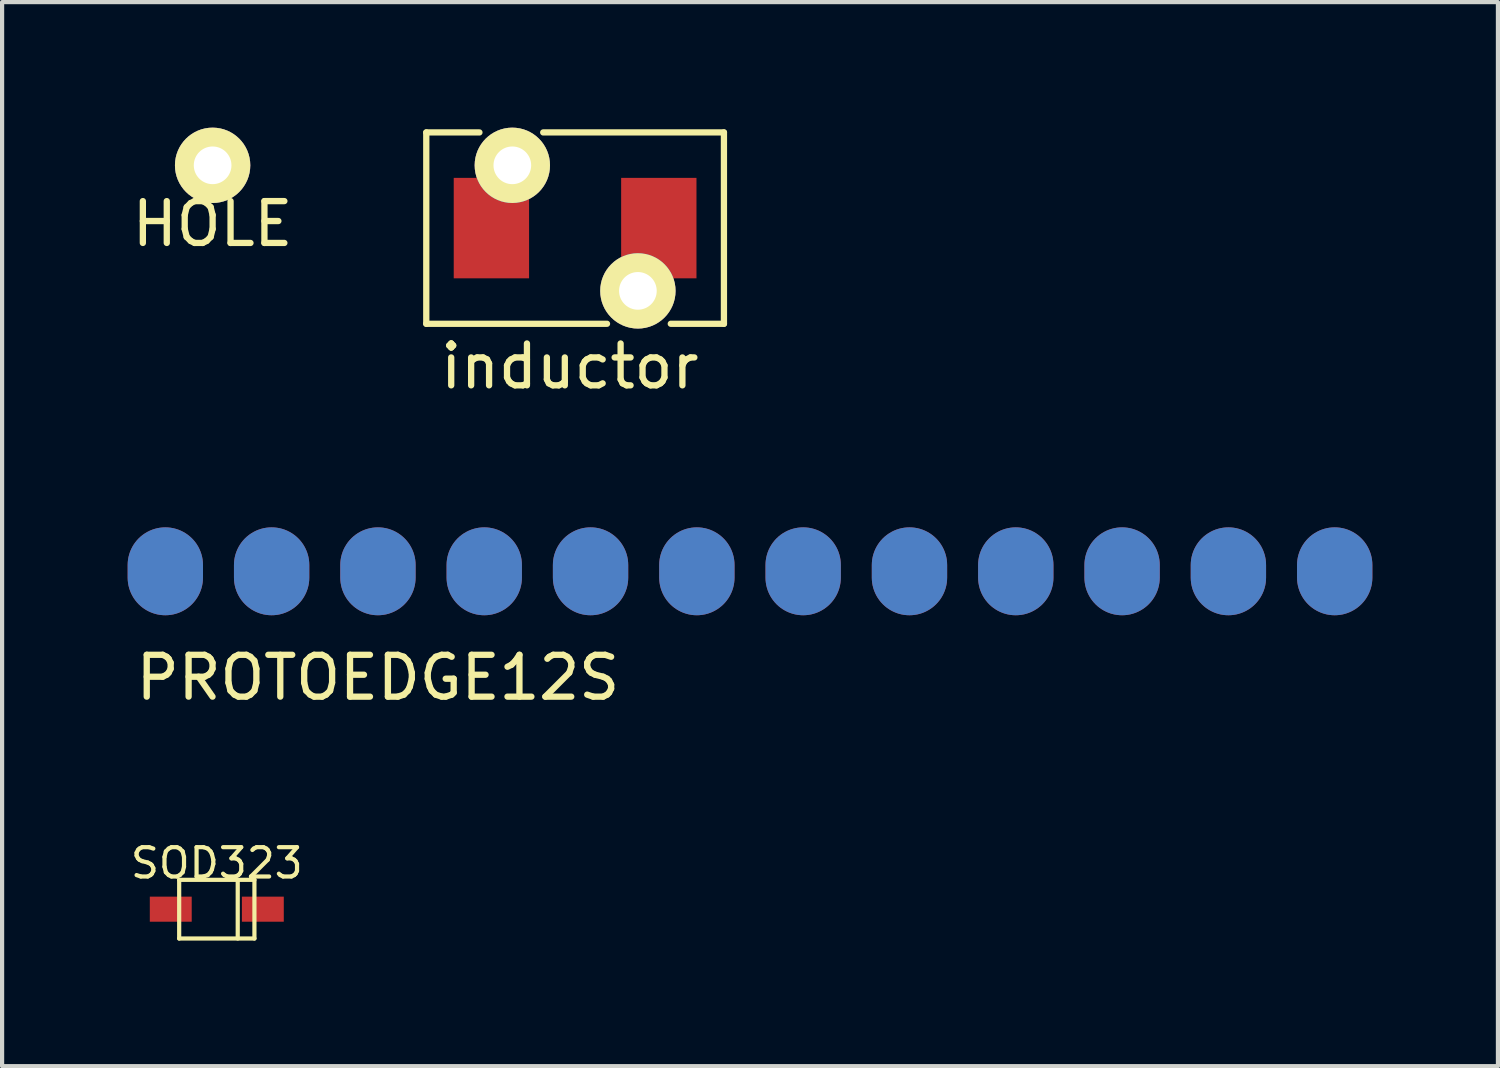
<source format=kicad_pcb>
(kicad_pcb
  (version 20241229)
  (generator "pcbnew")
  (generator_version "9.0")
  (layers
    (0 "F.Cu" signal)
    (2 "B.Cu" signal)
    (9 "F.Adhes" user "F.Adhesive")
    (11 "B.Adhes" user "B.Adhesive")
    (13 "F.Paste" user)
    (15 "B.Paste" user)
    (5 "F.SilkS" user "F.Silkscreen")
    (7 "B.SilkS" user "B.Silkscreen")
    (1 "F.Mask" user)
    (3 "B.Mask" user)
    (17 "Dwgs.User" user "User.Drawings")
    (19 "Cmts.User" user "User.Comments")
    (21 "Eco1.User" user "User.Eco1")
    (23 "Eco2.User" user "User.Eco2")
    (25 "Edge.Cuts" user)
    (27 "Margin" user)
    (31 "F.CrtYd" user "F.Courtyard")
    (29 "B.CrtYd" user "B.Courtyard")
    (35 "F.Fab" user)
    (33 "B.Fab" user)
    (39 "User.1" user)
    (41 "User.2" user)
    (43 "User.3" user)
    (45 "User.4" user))
  (footprint "SOD323"
    (layer "F.Cu")
    (at 2.13 18.673)
    (property "Reference" "SOD323" (at 0 -1.1 0) (layer "F.SilkS") (effects (font (size 0.7 0.7) (thickness 0.1))))
    (attr through_hole)
    (fp_line (start -0.899 -0.701) (end -0.899 0.701) (stroke (width 0.1) (type solid)) (layer "F.SilkS"))
    (fp_line (start -0.899 0.701) (end 0.899 0.701) (stroke (width 0.1) (type solid)) (layer "F.SilkS"))
    (fp_line (start 0.5 -0.701) (end 0.5 0.701) (stroke (width 0.1) (type solid)) (layer "F.SilkS"))
    (fp_line (start 0.899 -0.701) (end -0.899 -0.701) (stroke (width 0.1) (type solid)) (layer "F.SilkS"))
    (fp_line (start 0.899 0.701) (end 0.899 -0.701) (stroke (width 0.1) (type solid)) (layer "F.SilkS"))
    (pad "1" smd rect (at -1.1 0) (size 1.001 0.599) (layers "F.Cu" "F.Mask" "F.Paste"))
    (pad "2" smd rect (at 1.1 0) (size 1.001 0.599) (layers "F.Cu" "F.Mask" "F.Paste")))
  (footprint "HOLE"
    (layer "F.Cu")
    (at 2.03 0.9)
    (property "Reference" "HOLE" (at 0 1.4 0) (layer "F.SilkS") (effects (font (size 1 1) (thickness 0.15))))
    (attr through_hole)
    (pad "1" thru_hole circle (at 0 0) (size 1.8 1.8) (drill 0.9) (layers "*.Cu" "*.Mask" "F.SilkS")))
  (footprint "PROTOEDGE12S"
    (layer "F.Cu")
    (at 0.9 10.6)
    (property "Reference" "PROTOEDGE12S" (at 5.08 2.54 0) (layer "F.SilkS") (effects (font (size 1 1) (thickness 0.15))))
    (attr through_hole)
    (pad "1" smd oval (at 0 0) (size 1.8 2.1) (layers "F.Cu" "F.Mask" "F.Paste"))
    (pad "2" smd oval (at 2.54 0) (size 1.8 2.1) (layers "F.Cu" "F.Mask" "F.Paste"))
    (pad "3" smd oval (at 5.08 0) (size 1.8 2.1) (layers "F.Cu" "F.Mask" "F.Paste"))
    (pad "4" smd oval (at 7.62 0) (size 1.8 2.1) (layers "F.Cu" "F.Mask" "F.Paste"))
    (pad "5" smd oval (at 10.16 0) (size 1.8 2.1) (layers "F.Cu" "F.Mask" "F.Paste"))
    (pad "6" smd oval (at 12.7 0) (size 1.8 2.1) (layers "F.Cu" "F.Mask" "F.Paste"))
    (pad "7" smd oval (at 15.24 0) (size 1.8 2.1) (layers "F.Cu" "F.Mask" "F.Paste"))
    (pad "8" smd oval (at 17.78 0) (size 1.8 2.1) (layers "F.Cu" "F.Mask" "F.Paste"))
    (pad "9" smd oval (at 20.32 0) (size 1.8 2.1) (layers "F.Cu" "F.Mask" "F.Paste"))
    (pad "10" smd oval (at 22.86 0) (size 1.8 2.1) (layers "F.Cu" "F.Mask" "F.Paste"))
    (pad "11" smd oval (at 25.4 0) (size 1.8 2.1) (layers "F.Cu" "F.Mask" "F.Paste"))
    (pad "12" smd oval (at 27.94 0) (size 1.8 2.1) (layers "F.Cu" "F.Mask" "F.Paste"))
    (pad "13" smd oval (at 0 0) (size 1.8 2.1) (layers "B.Cu" "B.Mask" "B.Paste"))
    (pad "14" smd oval (at 2.54 0) (size 1.8 2.1) (layers "B.Cu" "B.Mask" "B.Paste"))
    (pad "15" smd oval (at 5.08 0) (size 1.8 2.1) (layers "B.Cu" "B.Mask" "B.Paste"))
    (pad "16" smd oval (at 7.62 0) (size 1.8 2.1) (layers "B.Cu" "B.Mask" "B.Paste"))
    (pad "17" smd oval (at 10.16 0) (size 1.8 2.1) (layers "B.Cu" "B.Mask" "B.Paste"))
    (pad "18" smd oval (at 12.7 0) (size 1.8 2.1) (layers "B.Cu" "B.Mask" "B.Paste"))
    (pad "19" smd oval (at 15.24 0) (size 1.8 2.1) (layers "B.Cu" "B.Mask" "B.Paste"))
    (pad "20" smd oval (at 17.78 0) (size 1.8 2.1) (layers "B.Cu" "B.Mask" "B.Paste"))
    (pad "21" smd oval (at 20.32 0) (size 1.8 2.1) (layers "B.Cu" "B.Mask" "B.Paste"))
    (pad "22" smd oval (at 22.86 0) (size 1.8 2.1) (layers "B.Cu" "B.Mask" "B.Paste"))
    (pad "23" smd oval (at 25.4 0) (size 1.8 2.1) (layers "B.Cu" "B.Mask" "B.Paste"))
    (pad "24" smd oval (at 27.94 0) (size 1.8 2.1) (layers "B.Cu" "B.Mask" "B.Paste")))
  (footprint "inductor"
    (layer "F.Cu")
    (at 10.691 2.4)
    (property "Reference" "inductor" (at -0.127 3.302 0) (layer "F.SilkS") (effects (font (size 1 1) (thickness 0.15))))
    (attr through_hole)
    (fp_line (start -3.556 -2.286) (end -3.556 2.286) (stroke (width 0.15) (type solid)) (layer "F.SilkS"))
    (fp_line (start -3.556 2.286) (end 0.762 2.286) (stroke (width 0.15) (type solid)) (layer "F.SilkS"))
    (fp_line (start -2.286 -2.286) (end -3.556 -2.286) (stroke (width 0.15) (type solid)) (layer "F.SilkS"))
    (fp_line (start 2.286 2.286) (end 3.556 2.286) (stroke (width 0.15) (type solid)) (layer "F.SilkS"))
    (fp_line (start 3.556 -2.286) (end -0.762 -2.286) (stroke (width 0.15) (type solid)) (layer "F.SilkS"))
    (fp_line (start 3.556 2.286) (end 3.556 -2.286) (stroke (width 0.15) (type solid)) (layer "F.SilkS"))
    (pad "1" smd rect (at -2 0) (size 1.8 2.4) (layers "F.Cu" "F.Mask" "F.Paste"))
    (pad "1" thru_hole circle (at -1.5 -1.5) (size 1.8 1.8) (drill 0.9) (layers "*.Cu" "*.Mask" "F.SilkS"))
    (pad "2" thru_hole circle (at 1.5 1.5) (size 1.8 1.8) (drill 0.9) (layers "*.Cu" "*.Mask" "F.SilkS"))
    (pad "2" smd rect (at 2 0) (size 1.8 2.4) (layers "F.Cu" "F.Mask" "F.Paste")))
  (gr_rect
    (start -3 -3)
    (end 32.74 22.424)
    (stroke (width 0.1) (type default))
    (fill no)
    (layer "Edge.Cuts")))
</source>
